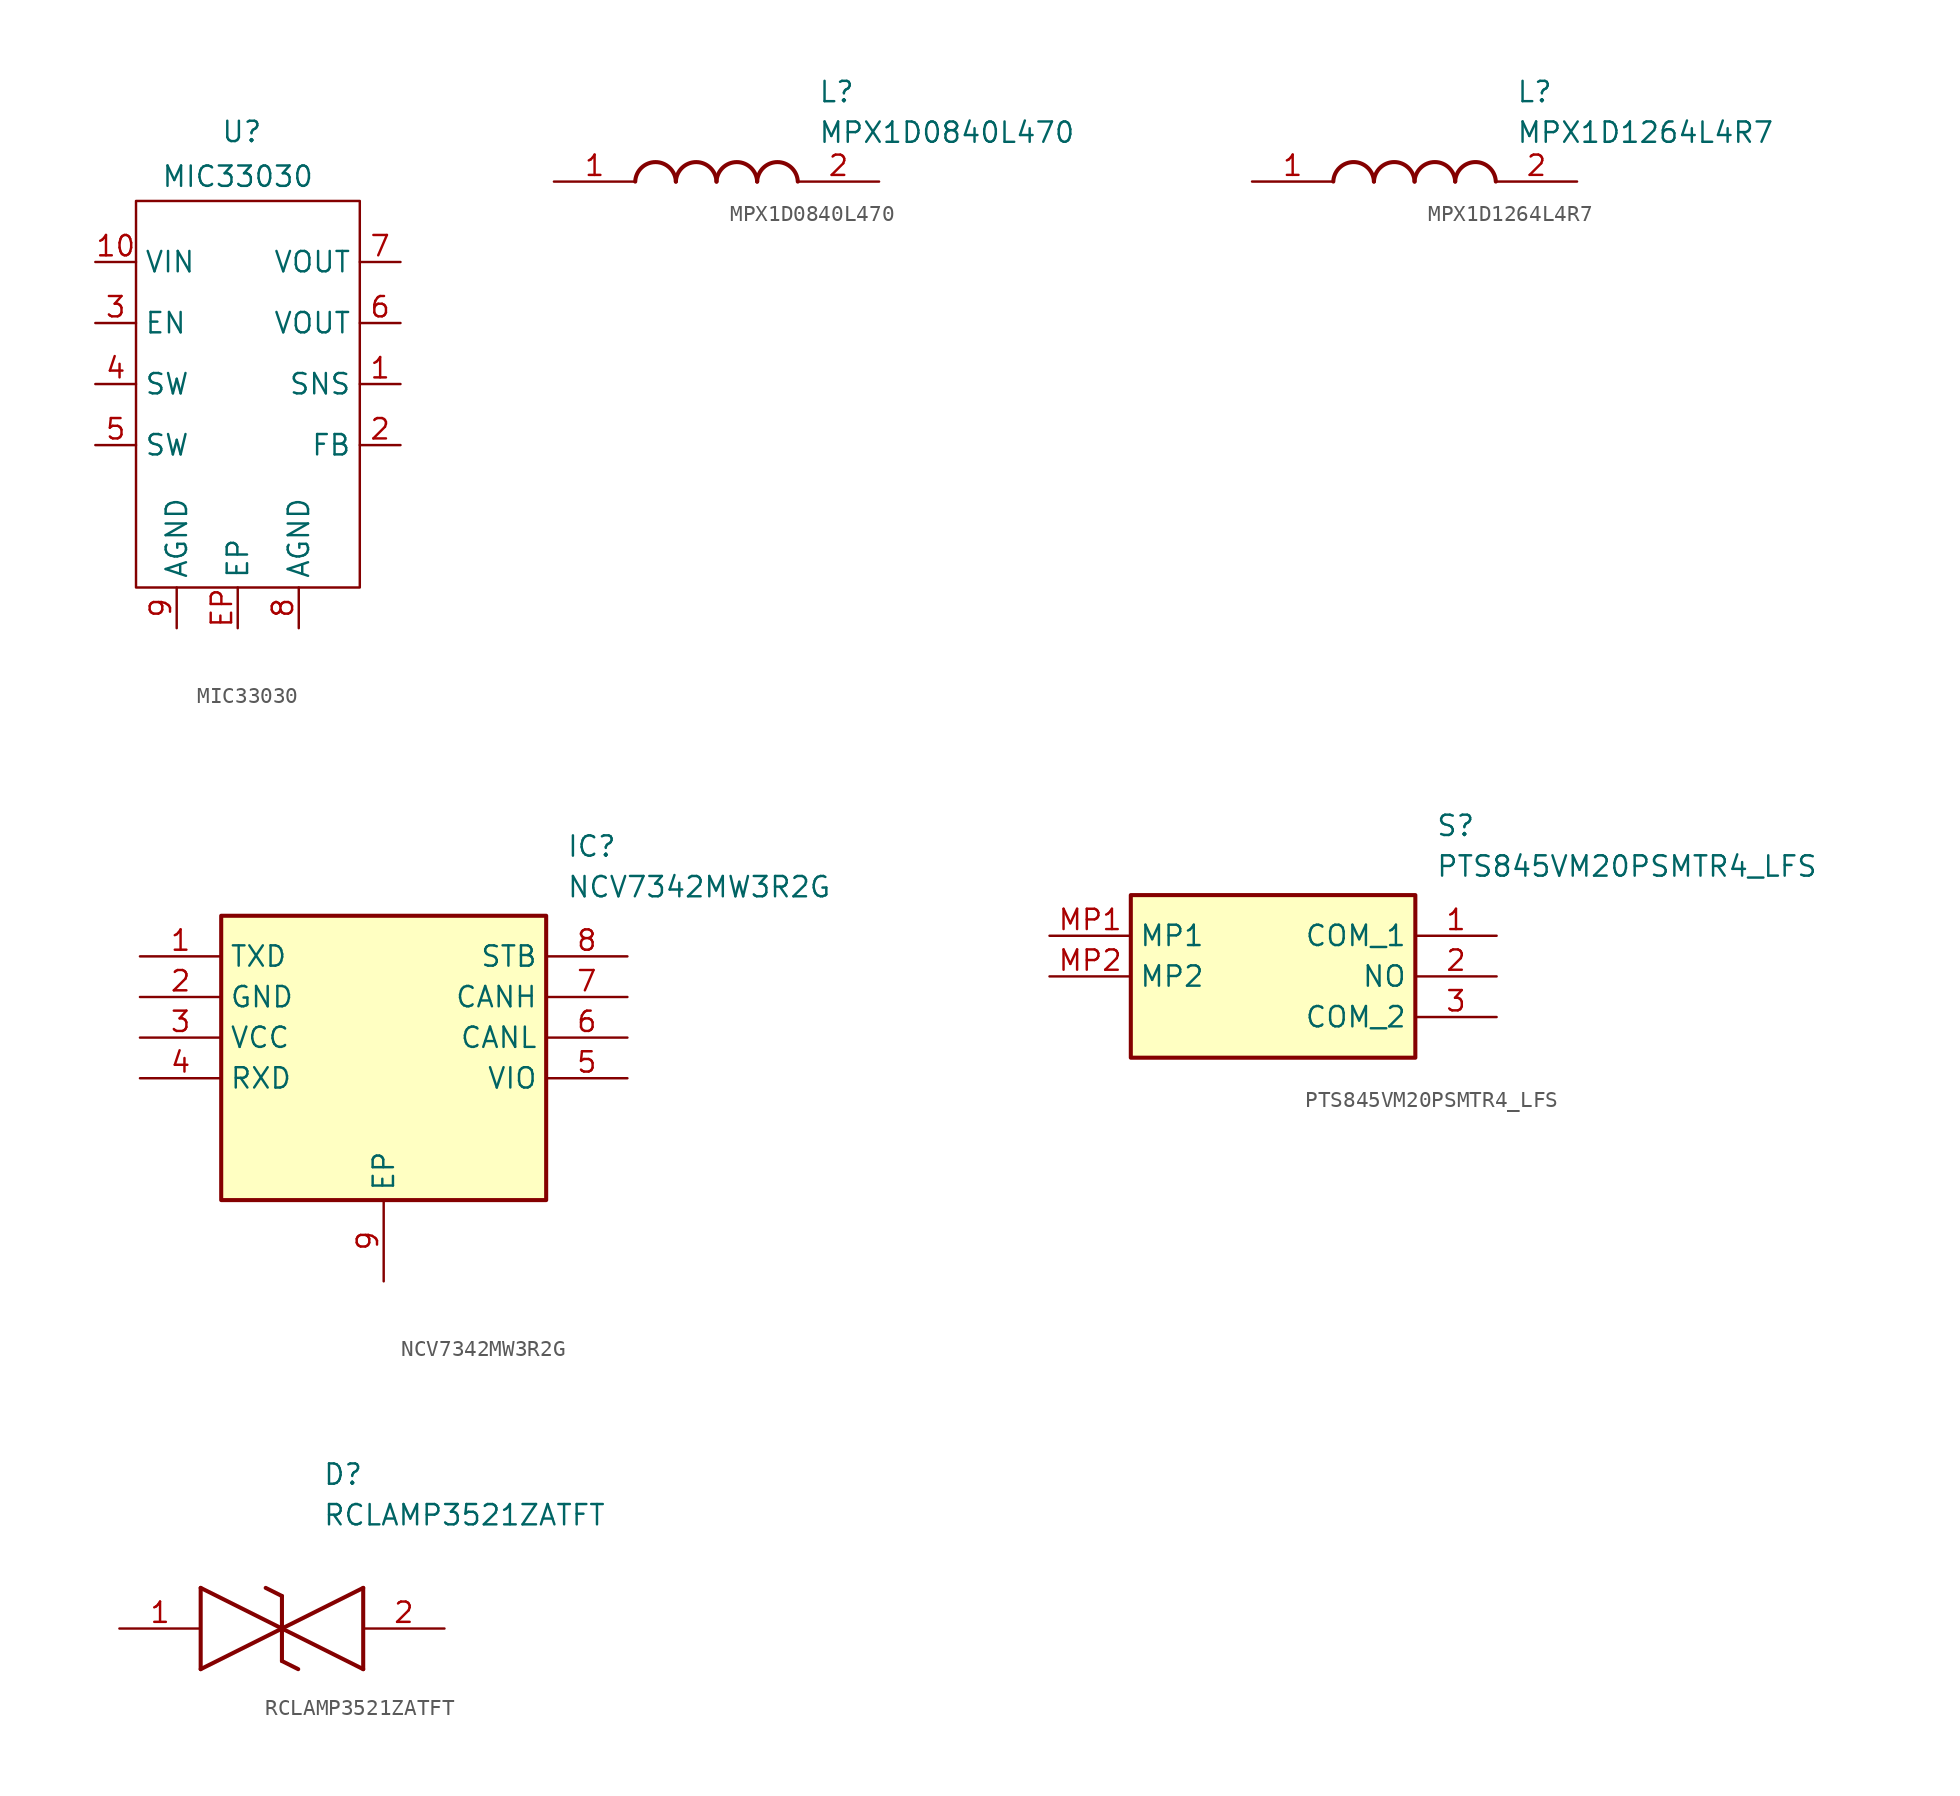
<source format=kicad_sym>
(kicad_symbol_lib
  (version 20241209)
  (generator "kicad_symbol_editor")
  (generator_version "9.0")
  (symbol "MIC33030"
    (property "Reference" "U"
      (at 0.254 14.478 0)
      (effects (font (size 1.27 1.27))))
    (property "Value" "MIC33030"
      (at 0 11.684 0)
      (effects (font (size 1.27 1.27))))
    (symbol "MIC33030_0_1"
      (rectangle (start -6.35 10.16) (end 7.62 -13.97) (stroke (width 0) (type default)) (fill (type none))))
    (symbol "MIC33030_1_1"
      (pin free line (at -8.89 6.35 0) (length 2.54) (name "VIN" (effects (font (size 1.27 1.27)))) (number "10" (effects (font (size 1.27 1.27)))))
      (pin free line (at -8.89 2.54 0) (length 2.54) (name "EN" (effects (font (size 1.27 1.27)))) (number "3" (effects (font (size 1.27 1.27)))))
      (pin free line (at -8.89 -1.27 0) (length 2.54) (name "SW" (effects (font (size 1.27 1.27)))) (number "4" (effects (font (size 1.27 1.27)))))
      (pin free line (at -8.89 -5.08 0) (length 2.54) (name "SW" (effects (font (size 1.27 1.27)))) (number "5" (effects (font (size 1.27 1.27)))))
      (pin free line (at -3.81 -16.51 90) (length 2.54) (name "AGND" (effects (font (size 1.27 1.27)))) (number "9" (effects (font (size 1.27 1.27)))))
      (pin free line (at 0 -16.51 90) (length 2.54) (name "EP" (effects (font (size 1.27 1.27)))) (number "EP" (effects (font (size 1.27 1.27)))))
      (pin free line (at 3.81 -16.51 90) (length 2.54) (name "AGND" (effects (font (size 1.27 1.27)))) (number "8" (effects (font (size 1.27 1.27)))))
      (pin free line (at 10.16 6.35 180) (length 2.54) (name "VOUT" (effects (font (size 1.27 1.27)))) (number "7" (effects (font (size 1.27 1.27)))))
      (pin free line (at 10.16 2.54 180) (length 2.54) (name "VOUT" (effects (font (size 1.27 1.27)))) (number "6" (effects (font (size 1.27 1.27)))))
      (pin free line (at 10.16 -1.27 180) (length 2.54) (name "SNS" (effects (font (size 1.27 1.27)))) (number "1" (effects (font (size 1.27 1.27)))))
      (pin free line (at 10.16 -5.08 180) (length 2.54) (name "FB" (effects (font (size 1.27 1.27)))) (number "2" (effects (font (size 1.27 1.27)))))))
  (symbol "MPX1D0840L470"
    (pin_names
      (hide yes))
    (property "Reference" "L"
      (at 16.51 6.35 0)
      (effects (font (size 1.27 1.27)) (justify left top)))
    (property "Value" "MPX1D0840L470"
      (at 16.51 3.81 0)
      (effects (font (size 1.27 1.27)) (justify left top)))
    (symbol "MPX1D0840L470_1_1"
      (arc (start 5.08 0) (mid 6.35 1.219) (end 7.62 0) (stroke (width 0.254) (type default)) (fill (type none)))
      (arc (start 7.62 0) (mid 8.89 1.219) (end 10.16 0) (stroke (width 0.254) (type default)) (fill (type none)))
      (arc (start 10.16 0) (mid 11.43 1.219) (end 12.7 0) (stroke (width 0.254) (type default)) (fill (type none)))
      (arc (start 12.7 0) (mid 13.97 1.219) (end 15.24 0) (stroke (width 0.254) (type default)) (fill (type none)))
      (pin passive line (at 0 0 0) (length 5.08) (name "1" (effects (font (size 1.27 1.27)))) (number "1" (effects (font (size 1.27 1.27)))))
      (pin passive line (at 20.32 0 180) (length 5.08) (name "2" (effects (font (size 1.27 1.27)))) (number "2" (effects (font (size 1.27 1.27)))))))
  (symbol "MPX1D1264L4R7"
    (pin_names
      (hide yes))
    (property "Reference" "L"
      (at 16.51 6.35 0)
      (effects (font (size 1.27 1.27)) (justify left top)))
    (property "Value" "MPX1D1264L4R7"
      (at 16.51 3.81 0)
      (effects (font (size 1.27 1.27)) (justify left top)))
    (symbol "MPX1D1264L4R7_1_1"
      (arc (start 5.08 0) (mid 6.35 1.219) (end 7.62 0) (stroke (width 0.254) (type default)) (fill (type none)))
      (arc (start 7.62 0) (mid 8.89 1.219) (end 10.16 0) (stroke (width 0.254) (type default)) (fill (type none)))
      (arc (start 10.16 0) (mid 11.43 1.219) (end 12.7 0) (stroke (width 0.254) (type default)) (fill (type none)))
      (arc (start 12.7 0) (mid 13.97 1.219) (end 15.24 0) (stroke (width 0.254) (type default)) (fill (type none)))
      (pin passive line (at 0 0 0) (length 5.08) (name "1" (effects (font (size 1.27 1.27)))) (number "1" (effects (font (size 1.27 1.27)))))
      (pin passive line (at 20.32 0 180) (length 5.08) (name "2" (effects (font (size 1.27 1.27)))) (number "2" (effects (font (size 1.27 1.27)))))))
  (symbol "NCV7342MW3R2G"
    (property "Reference" "IC"
      (at 26.67 7.62 0)
      (effects (font (size 1.27 1.27)) (justify left top)))
    (property "Value" "NCV7342MW3R2G"
      (at 26.67 5.08 0)
      (effects (font (size 1.27 1.27)) (justify left top)))
    (symbol "NCV7342MW3R2G_1_1"
      (rectangle (start 5.08 2.54) (end 25.4 -15.24) (stroke (width 0.254) (type default)) (fill (type background)))
      (pin passive line (at 0 0 0) (length 5.08) (name "TXD" (effects (font (size 1.27 1.27)))) (number "1" (effects (font (size 1.27 1.27)))))
      (pin passive line (at 0 -2.54 0) (length 5.08) (name "GND" (effects (font (size 1.27 1.27)))) (number "2" (effects (font (size 1.27 1.27)))))
      (pin passive line (at 0 -5.08 0) (length 5.08) (name "VCC" (effects (font (size 1.27 1.27)))) (number "3" (effects (font (size 1.27 1.27)))))
      (pin passive line (at 0 -7.62 0) (length 5.08) (name "RXD" (effects (font (size 1.27 1.27)))) (number "4" (effects (font (size 1.27 1.27)))))
      (pin passive line (at 15.24 -20.32 90) (length 5.08) (name "EP" (effects (font (size 1.27 1.27)))) (number "9" (effects (font (size 1.27 1.27)))))
      (pin passive line (at 30.48 0 180) (length 5.08) (name "STB" (effects (font (size 1.27 1.27)))) (number "8" (effects (font (size 1.27 1.27)))))
      (pin passive line (at 30.48 -2.54 180) (length 5.08) (name "CANH" (effects (font (size 1.27 1.27)))) (number "7" (effects (font (size 1.27 1.27)))))
      (pin passive line (at 30.48 -5.08 180) (length 5.08) (name "CANL" (effects (font (size 1.27 1.27)))) (number "6" (effects (font (size 1.27 1.27)))))
      (pin passive line (at 30.48 -7.62 180) (length 5.08) (name "VIO" (effects (font (size 1.27 1.27)))) (number "5" (effects (font (size 1.27 1.27)))))))
  (symbol "PTS845VM20PSMTR4_LFS"
    (property "Reference" "S"
      (at 24.13 7.62 0)
      (effects (font (size 1.27 1.27)) (justify left top)))
    (property "Value" "PTS845VM20PSMTR4_LFS"
      (at 24.13 5.08 0)
      (effects (font (size 1.27 1.27)) (justify left top)))
    (symbol "PTS845VM20PSMTR4_LFS_1_1"
      (rectangle (start 5.08 2.54) (end 22.86 -7.62) (stroke (width 0.254) (type default)) (fill (type background)))
      (pin passive line (at 0 0 0) (length 5.08) (name "MP1" (effects (font (size 1.27 1.27)))) (number "MP1" (effects (font (size 1.27 1.27)))))
      (pin passive line (at 0 -2.54 0) (length 5.08) (name "MP2" (effects (font (size 1.27 1.27)))) (number "MP2" (effects (font (size 1.27 1.27)))))
      (pin passive line (at 27.94 0 180) (length 5.08) (name "COM_1" (effects (font (size 1.27 1.27)))) (number "1" (effects (font (size 1.27 1.27)))))
      (pin passive line (at 27.94 -2.54 180) (length 5.08) (name "NO" (effects (font (size 1.27 1.27)))) (number "2" (effects (font (size 1.27 1.27)))))
      (pin passive line (at 27.94 -5.08 180) (length 5.08) (name "COM_2" (effects (font (size 1.27 1.27)))) (number "3" (effects (font (size 1.27 1.27)))))))
  (symbol "RCLAMP3521ZATFT"
    (pin_names
      (hide yes))
    (property "Reference" "D"
      (at 12.7 8.89 0)
      (effects (font (size 1.27 1.27)) (justify left bottom)))
    (property "Value" "RCLAMP3521ZATFT"
      (at 12.7 6.35 0)
      (effects (font (size 1.27 1.27)) (justify left bottom)))
    (symbol "RCLAMP3521ZATFT_1_1"
      (polyline (pts (xy 5.08 2.54) (xy 5.08 -2.54)) (stroke (width 0.254) (type default)) (fill (type none)))
      (polyline (pts (xy 5.08 2.54) (xy 10.16 0)) (stroke (width 0.254) (type default)) (fill (type none)))
      (polyline (pts (xy 9.144 2.54) (xy 10.16 2.032)) (stroke (width 0.254) (type default)) (fill (type none)))
      (polyline (pts (xy 10.16 0) (xy 5.08 -2.54)) (stroke (width 0.254) (type default)) (fill (type none)))
      (polyline (pts (xy 10.16 0) (xy 15.24 -2.54)) (stroke (width 0.254) (type default)) (fill (type none)))
      (polyline (pts (xy 10.16 -2.032) (xy 10.16 2.032)) (stroke (width 0.254) (type default)) (fill (type none)))
      (polyline (pts (xy 10.16 -2.032) (xy 11.176 -2.54)) (stroke (width 0.254) (type default)) (fill (type none)))
      (polyline (pts (xy 15.24 2.54) (xy 10.16 0)) (stroke (width 0.254) (type default)) (fill (type none)))
      (polyline (pts (xy 15.24 2.54) (xy 15.24 -2.54)) (stroke (width 0.254) (type default)) (fill (type none)))
      (pin passive line (at 0 0 0) (length 5.08) (name "1" (effects (font (size 1.27 1.27)))) (number "1" (effects (font (size 1.27 1.27)))))
      (pin passive line (at 20.32 0 180) (length 5.08) (name "2" (effects (font (size 1.27 1.27)))) (number "2" (effects (font (size 1.27 1.27))))))))
</source>
